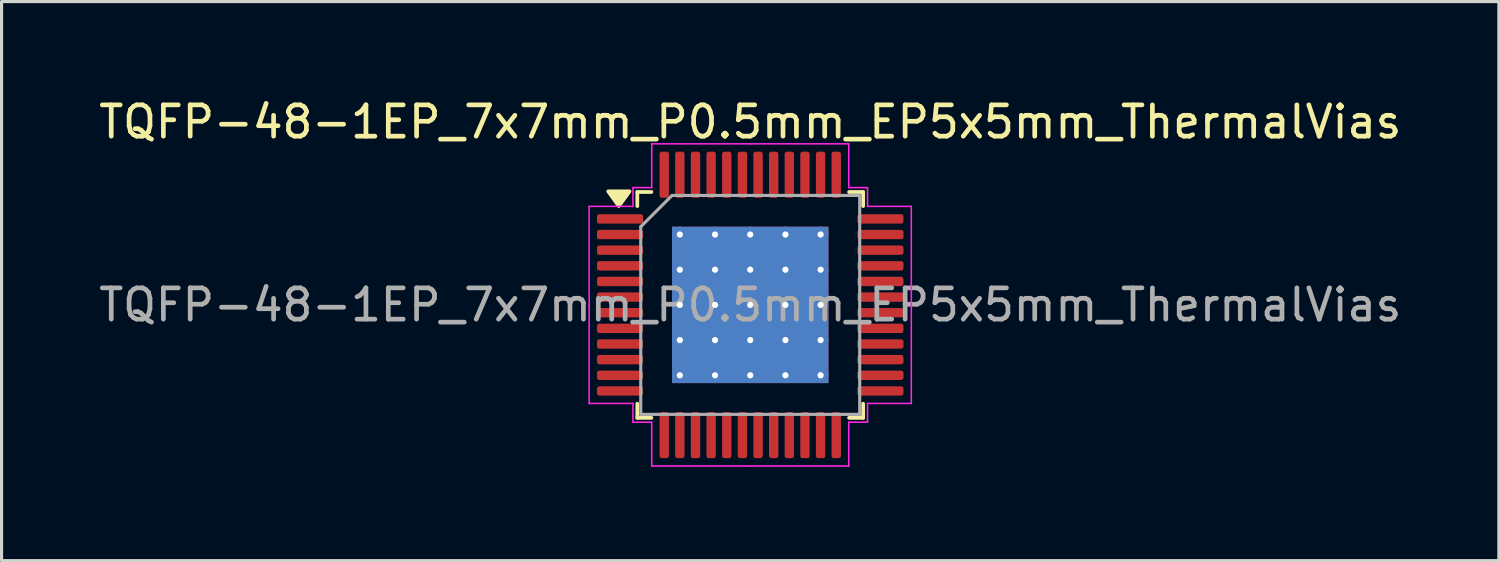
<source format=kicad_pcb>
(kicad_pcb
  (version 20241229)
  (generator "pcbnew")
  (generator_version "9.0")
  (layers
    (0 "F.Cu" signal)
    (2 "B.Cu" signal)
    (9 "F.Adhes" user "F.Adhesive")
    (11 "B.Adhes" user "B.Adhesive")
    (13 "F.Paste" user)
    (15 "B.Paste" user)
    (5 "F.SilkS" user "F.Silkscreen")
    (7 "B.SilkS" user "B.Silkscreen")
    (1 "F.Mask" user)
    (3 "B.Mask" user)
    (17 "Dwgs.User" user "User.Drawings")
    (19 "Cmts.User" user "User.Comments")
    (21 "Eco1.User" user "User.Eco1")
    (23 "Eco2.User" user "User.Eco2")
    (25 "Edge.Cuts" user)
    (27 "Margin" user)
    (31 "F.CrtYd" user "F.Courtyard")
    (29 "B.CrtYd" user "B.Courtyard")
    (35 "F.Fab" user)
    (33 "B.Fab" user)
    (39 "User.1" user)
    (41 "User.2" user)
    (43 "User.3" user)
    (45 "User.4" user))
  (footprint "TQFP-48-1EP_7x7mm_P0.5mm_EP5x5mm_ThermalVias"
    (layer "F.Cu")
    (at 20.935 6.698)
    (property "Reference" "TQFP-48-1EP_7x7mm_P0.5mm_EP5x5mm_ThermalVias" (at 0 -5.85 0) (layer "F.SilkS") (effects (font (size 1 1) (thickness 0.15))))
    (attr smd)
    (fp_line (start -3.61 -3.61) (end -3.61 -3.16) (stroke (width 0.12) (type solid)) (layer "F.SilkS"))
    (fp_line (start -3.61 3.61) (end -3.61 3.16) (stroke (width 0.12) (type solid)) (layer "F.SilkS"))
    (fp_line (start -3.16 -3.61) (end -3.61 -3.61) (stroke (width 0.12) (type solid)) (layer "F.SilkS"))
    (fp_line (start -3.16 3.61) (end -3.61 3.61) (stroke (width 0.12) (type solid)) (layer "F.SilkS"))
    (fp_line (start 3.16 -3.61) (end 3.61 -3.61) (stroke (width 0.12) (type solid)) (layer "F.SilkS"))
    (fp_line (start 3.16 3.61) (end 3.61 3.61) (stroke (width 0.12) (type solid)) (layer "F.SilkS"))
    (fp_line (start 3.61 -3.61) (end 3.61 -3.16) (stroke (width 0.12) (type solid)) (layer "F.SilkS"))
    (fp_line (start 3.61 3.61) (end 3.61 3.16) (stroke (width 0.12) (type solid)) (layer "F.SilkS"))
    (fp_poly (pts (xy -4.2 -3.16) (xy -4.54 -3.63) (xy -3.86 -3.63) (xy -4.2 -3.16)) (stroke (width 0.12) (type solid)) (fill yes) (layer "F.SilkS"))
    (fp_line (start -5.15 -3.15) (end -5.15 0) (stroke (width 0.05) (type solid)) (layer "F.CrtYd"))
    (fp_line (start -5.15 3.15) (end -5.15 0) (stroke (width 0.05) (type solid)) (layer "F.CrtYd"))
    (fp_line (start -3.75 -3.75) (end -3.75 -3.15) (stroke (width 0.05) (type solid)) (layer "F.CrtYd"))
    (fp_line (start -3.75 -3.15) (end -5.15 -3.15) (stroke (width 0.05) (type solid)) (layer "F.CrtYd"))
    (fp_line (start -3.75 3.15) (end -5.15 3.15) (stroke (width 0.05) (type solid)) (layer "F.CrtYd"))
    (fp_line (start -3.75 3.75) (end -3.75 3.15) (stroke (width 0.05) (type solid)) (layer "F.CrtYd"))
    (fp_line (start -3.15 -5.15) (end -3.15 -3.75) (stroke (width 0.05) (type solid)) (layer "F.CrtYd"))
    (fp_line (start -3.15 -3.75) (end -3.75 -3.75) (stroke (width 0.05) (type solid)) (layer "F.CrtYd"))
    (fp_line (start -3.15 3.75) (end -3.75 3.75) (stroke (width 0.05) (type solid)) (layer "F.CrtYd"))
    (fp_line (start -3.15 5.15) (end -3.15 3.75) (stroke (width 0.05) (type solid)) (layer "F.CrtYd"))
    (fp_line (start 0 -5.15) (end -3.15 -5.15) (stroke (width 0.05) (type solid)) (layer "F.CrtYd"))
    (fp_line (start 0 -5.15) (end 3.15 -5.15) (stroke (width 0.05) (type solid)) (layer "F.CrtYd"))
    (fp_line (start 0 5.15) (end -3.15 5.15) (stroke (width 0.05) (type solid)) (layer "F.CrtYd"))
    (fp_line (start 0 5.15) (end 3.15 5.15) (stroke (width 0.05) (type solid)) (layer "F.CrtYd"))
    (fp_line (start 3.15 -5.15) (end 3.15 -3.75) (stroke (width 0.05) (type solid)) (layer "F.CrtYd"))
    (fp_line (start 3.15 -3.75) (end 3.75 -3.75) (stroke (width 0.05) (type solid)) (layer "F.CrtYd"))
    (fp_line (start 3.15 3.75) (end 3.75 3.75) (stroke (width 0.05) (type solid)) (layer "F.CrtYd"))
    (fp_line (start 3.15 5.15) (end 3.15 3.75) (stroke (width 0.05) (type solid)) (layer "F.CrtYd"))
    (fp_line (start 3.75 -3.75) (end 3.75 -3.15) (stroke (width 0.05) (type solid)) (layer "F.CrtYd"))
    (fp_line (start 3.75 -3.15) (end 5.15 -3.15) (stroke (width 0.05) (type solid)) (layer "F.CrtYd"))
    (fp_line (start 3.75 3.15) (end 5.15 3.15) (stroke (width 0.05) (type solid)) (layer "F.CrtYd"))
    (fp_line (start 3.75 3.75) (end 3.75 3.15) (stroke (width 0.05) (type solid)) (layer "F.CrtYd"))
    (fp_line (start 5.15 -3.15) (end 5.15 0) (stroke (width 0.05) (type solid)) (layer "F.CrtYd"))
    (fp_line (start 5.15 3.15) (end 5.15 0) (stroke (width 0.05) (type solid)) (layer "F.CrtYd"))
    (fp_line (start -3.5 -2.5) (end -2.5 -3.5) (stroke (width 0.1) (type solid)) (layer "F.Fab"))
    (fp_line (start -3.5 3.5) (end -3.5 -2.5) (stroke (width 0.1) (type solid)) (layer "F.Fab"))
    (fp_line (start -2.5 -3.5) (end 3.5 -3.5) (stroke (width 0.1) (type solid)) (layer "F.Fab"))
    (fp_line (start 3.5 -3.5) (end 3.5 3.5) (stroke (width 0.1) (type solid)) (layer "F.Fab"))
    (fp_line (start 3.5 3.5) (end -3.5 3.5) (stroke (width 0.1) (type solid)) (layer "F.Fab"))
    (fp_text user "${REFERENCE}" (at 0 0 0) (layer "F.Fab") (effects (font (size 1 1) (thickness 0.15))))
    (pad "" smd custom (at -1.688 -1.688) (size 0.891 0.891) (layers "F.Paste") (options (anchor circle)) (primitives (gr_poly (pts (xy -0.387 -0.29) (xy -0.29 -0.387) (xy 0.29 -0.387) (xy 0.387 -0.29) (xy 0.387 0.29) (xy 0.29 0.387) (xy -0.29 0.387) (xy -0.387 0.29)) (width 0.234) (fill yes))))
    (pad "" smd custom (at -1.688 -0.562) (size 0.891 0.891) (layers "F.Paste") (options (anchor circle)) (primitives (gr_poly (pts (xy -0.387 -0.29) (xy -0.29 -0.387) (xy 0.29 -0.387) (xy 0.387 -0.29) (xy 0.387 0.29) (xy 0.29 0.387) (xy -0.29 0.387) (xy -0.387 0.29)) (width 0.234) (fill yes))))
    (pad "" smd custom (at -1.688 0.562) (size 0.891 0.891) (layers "F.Paste") (options (anchor circle)) (primitives (gr_poly (pts (xy -0.387 -0.29) (xy -0.29 -0.387) (xy 0.29 -0.387) (xy 0.387 -0.29) (xy 0.387 0.29) (xy 0.29 0.387) (xy -0.29 0.387) (xy -0.387 0.29)) (width 0.234) (fill yes))))
    (pad "" smd custom (at -1.688 1.688) (size 0.891 0.891) (layers "F.Paste") (options (anchor circle)) (primitives (gr_poly (pts (xy -0.387 -0.29) (xy -0.29 -0.387) (xy 0.29 -0.387) (xy 0.387 -0.29) (xy 0.387 0.29) (xy 0.29 0.387) (xy -0.29 0.387) (xy -0.387 0.29)) (width 0.234) (fill yes))))
    (pad "" smd custom (at -0.562 -1.688) (size 0.891 0.891) (layers "F.Paste") (options (anchor circle)) (primitives (gr_poly (pts (xy -0.387 -0.29) (xy -0.29 -0.387) (xy 0.29 -0.387) (xy 0.387 -0.29) (xy 0.387 0.29) (xy 0.29 0.387) (xy -0.29 0.387) (xy -0.387 0.29)) (width 0.234) (fill yes))))
    (pad "" smd custom (at -0.562 -0.562) (size 0.891 0.891) (layers "F.Paste") (options (anchor circle)) (primitives (gr_poly (pts (xy -0.387 -0.29) (xy -0.29 -0.387) (xy 0.29 -0.387) (xy 0.387 -0.29) (xy 0.387 0.29) (xy 0.29 0.387) (xy -0.29 0.387) (xy -0.387 0.29)) (width 0.234) (fill yes))))
    (pad "" smd custom (at -0.562 0.562) (size 0.891 0.891) (layers "F.Paste") (options (anchor circle)) (primitives (gr_poly (pts (xy -0.387 -0.29) (xy -0.29 -0.387) (xy 0.29 -0.387) (xy 0.387 -0.29) (xy 0.387 0.29) (xy 0.29 0.387) (xy -0.29 0.387) (xy -0.387 0.29)) (width 0.234) (fill yes))))
    (pad "" smd custom (at -0.562 1.688) (size 0.891 0.891) (layers "F.Paste") (options (anchor circle)) (primitives (gr_poly (pts (xy -0.387 -0.29) (xy -0.29 -0.387) (xy 0.29 -0.387) (xy 0.387 -0.29) (xy 0.387 0.29) (xy 0.29 0.387) (xy -0.29 0.387) (xy -0.387 0.29)) (width 0.234) (fill yes))))
    (pad "" smd custom (at 0.562 -1.688) (size 0.891 0.891) (layers "F.Paste") (options (anchor circle)) (primitives (gr_poly (pts (xy -0.387 -0.29) (xy -0.29 -0.387) (xy 0.29 -0.387) (xy 0.387 -0.29) (xy 0.387 0.29) (xy 0.29 0.387) (xy -0.29 0.387) (xy -0.387 0.29)) (width 0.234) (fill yes))))
    (pad "" smd custom (at 0.562 -0.562) (size 0.891 0.891) (layers "F.Paste") (options (anchor circle)) (primitives (gr_poly (pts (xy -0.387 -0.29) (xy -0.29 -0.387) (xy 0.29 -0.387) (xy 0.387 -0.29) (xy 0.387 0.29) (xy 0.29 0.387) (xy -0.29 0.387) (xy -0.387 0.29)) (width 0.234) (fill yes))))
    (pad "" smd custom (at 0.562 0.562) (size 0.891 0.891) (layers "F.Paste") (options (anchor circle)) (primitives (gr_poly (pts (xy -0.387 -0.29) (xy -0.29 -0.387) (xy 0.29 -0.387) (xy 0.387 -0.29) (xy 0.387 0.29) (xy 0.29 0.387) (xy -0.29 0.387) (xy -0.387 0.29)) (width 0.234) (fill yes))))
    (pad "" smd custom (at 0.562 1.688) (size 0.891 0.891) (layers "F.Paste") (options (anchor circle)) (primitives (gr_poly (pts (xy -0.387 -0.29) (xy -0.29 -0.387) (xy 0.29 -0.387) (xy 0.387 -0.29) (xy 0.387 0.29) (xy 0.29 0.387) (xy -0.29 0.387) (xy -0.387 0.29)) (width 0.234) (fill yes))))
    (pad "" smd custom (at 1.688 -1.688) (size 0.891 0.891) (layers "F.Paste") (options (anchor circle)) (primitives (gr_poly (pts (xy -0.387 -0.29) (xy -0.29 -0.387) (xy 0.29 -0.387) (xy 0.387 -0.29) (xy 0.387 0.29) (xy 0.29 0.387) (xy -0.29 0.387) (xy -0.387 0.29)) (width 0.234) (fill yes))))
    (pad "" smd custom (at 1.688 -0.562) (size 0.891 0.891) (layers "F.Paste") (options (anchor circle)) (primitives (gr_poly (pts (xy -0.387 -0.29) (xy -0.29 -0.387) (xy 0.29 -0.387) (xy 0.387 -0.29) (xy 0.387 0.29) (xy 0.29 0.387) (xy -0.29 0.387) (xy -0.387 0.29)) (width 0.234) (fill yes))))
    (pad "" smd custom (at 1.688 0.562) (size 0.891 0.891) (layers "F.Paste") (options (anchor circle)) (primitives (gr_poly (pts (xy -0.387 -0.29) (xy -0.29 -0.387) (xy 0.29 -0.387) (xy 0.387 -0.29) (xy 0.387 0.29) (xy 0.29 0.387) (xy -0.29 0.387) (xy -0.387 0.29)) (width 0.234) (fill yes))))
    (pad "" smd custom (at 1.688 1.688) (size 0.891 0.891) (layers "F.Paste") (options (anchor circle)) (primitives (gr_poly (pts (xy -0.387 -0.29) (xy -0.29 -0.387) (xy 0.29 -0.387) (xy 0.387 -0.29) (xy 0.387 0.29) (xy 0.29 0.387) (xy -0.29 0.387) (xy -0.387 0.29)) (width 0.234) (fill yes))))
    (pad "1" smd roundrect (at -4.162 -2.75) (size 1.475 0.3) (layers "F.Cu" "F.Mask" "F.Paste") (roundrect_rratio 0.25))
    (pad "2" smd roundrect (at -4.162 -2.25) (size 1.475 0.3) (layers "F.Cu" "F.Mask" "F.Paste") (roundrect_rratio 0.25))
    (pad "3" smd roundrect (at -4.162 -1.75) (size 1.475 0.3) (layers "F.Cu" "F.Mask" "F.Paste") (roundrect_rratio 0.25))
    (pad "4" smd roundrect (at -4.162 -1.25) (size 1.475 0.3) (layers "F.Cu" "F.Mask" "F.Paste") (roundrect_rratio 0.25))
    (pad "5" smd roundrect (at -4.162 -0.75) (size 1.475 0.3) (layers "F.Cu" "F.Mask" "F.Paste") (roundrect_rratio 0.25))
    (pad "6" smd roundrect (at -4.162 -0.25) (size 1.475 0.3) (layers "F.Cu" "F.Mask" "F.Paste") (roundrect_rratio 0.25))
    (pad "7" smd roundrect (at -4.162 0.25) (size 1.475 0.3) (layers "F.Cu" "F.Mask" "F.Paste") (roundrect_rratio 0.25))
    (pad "8" smd roundrect (at -4.162 0.75) (size 1.475 0.3) (layers "F.Cu" "F.Mask" "F.Paste") (roundrect_rratio 0.25))
    (pad "9" smd roundrect (at -4.162 1.25) (size 1.475 0.3) (layers "F.Cu" "F.Mask" "F.Paste") (roundrect_rratio 0.25))
    (pad "10" smd roundrect (at -4.162 1.75) (size 1.475 0.3) (layers "F.Cu" "F.Mask" "F.Paste") (roundrect_rratio 0.25))
    (pad "11" smd roundrect (at -4.162 2.25) (size 1.475 0.3) (layers "F.Cu" "F.Mask" "F.Paste") (roundrect_rratio 0.25))
    (pad "12" smd roundrect (at -4.162 2.75) (size 1.475 0.3) (layers "F.Cu" "F.Mask" "F.Paste") (roundrect_rratio 0.25))
    (pad "13" smd roundrect (at -2.75 4.162) (size 0.3 1.475) (layers "F.Cu" "F.Mask" "F.Paste") (roundrect_rratio 0.25))
    (pad "14" smd roundrect (at -2.25 4.162) (size 0.3 1.475) (layers "F.Cu" "F.Mask" "F.Paste") (roundrect_rratio 0.25))
    (pad "15" smd roundrect (at -1.75 4.162) (size 0.3 1.475) (layers "F.Cu" "F.Mask" "F.Paste") (roundrect_rratio 0.25))
    (pad "16" smd roundrect (at -1.25 4.162) (size 0.3 1.475) (layers "F.Cu" "F.Mask" "F.Paste") (roundrect_rratio 0.25))
    (pad "17" smd roundrect (at -0.75 4.162) (size 0.3 1.475) (layers "F.Cu" "F.Mask" "F.Paste") (roundrect_rratio 0.25))
    (pad "18" smd roundrect (at -0.25 4.162) (size 0.3 1.475) (layers "F.Cu" "F.Mask" "F.Paste") (roundrect_rratio 0.25))
    (pad "19" smd roundrect (at 0.25 4.162) (size 0.3 1.475) (layers "F.Cu" "F.Mask" "F.Paste") (roundrect_rratio 0.25))
    (pad "20" smd roundrect (at 0.75 4.162) (size 0.3 1.475) (layers "F.Cu" "F.Mask" "F.Paste") (roundrect_rratio 0.25))
    (pad "21" smd roundrect (at 1.25 4.162) (size 0.3 1.475) (layers "F.Cu" "F.Mask" "F.Paste") (roundrect_rratio 0.25))
    (pad "22" smd roundrect (at 1.75 4.162) (size 0.3 1.475) (layers "F.Cu" "F.Mask" "F.Paste") (roundrect_rratio 0.25))
    (pad "23" smd roundrect (at 2.25 4.162) (size 0.3 1.475) (layers "F.Cu" "F.Mask" "F.Paste") (roundrect_rratio 0.25))
    (pad "24" smd roundrect (at 2.75 4.162) (size 0.3 1.475) (layers "F.Cu" "F.Mask" "F.Paste") (roundrect_rratio 0.25))
    (pad "25" smd roundrect (at 4.162 2.75) (size 1.475 0.3) (layers "F.Cu" "F.Mask" "F.Paste") (roundrect_rratio 0.25))
    (pad "26" smd roundrect (at 4.162 2.25) (size 1.475 0.3) (layers "F.Cu" "F.Mask" "F.Paste") (roundrect_rratio 0.25))
    (pad "27" smd roundrect (at 4.162 1.75) (size 1.475 0.3) (layers "F.Cu" "F.Mask" "F.Paste") (roundrect_rratio 0.25))
    (pad "28" smd roundrect (at 4.162 1.25) (size 1.475 0.3) (layers "F.Cu" "F.Mask" "F.Paste") (roundrect_rratio 0.25))
    (pad "29" smd roundrect (at 4.162 0.75) (size 1.475 0.3) (layers "F.Cu" "F.Mask" "F.Paste") (roundrect_rratio 0.25))
    (pad "30" smd roundrect (at 4.162 0.25) (size 1.475 0.3) (layers "F.Cu" "F.Mask" "F.Paste") (roundrect_rratio 0.25))
    (pad "31" smd roundrect (at 4.162 -0.25) (size 1.475 0.3) (layers "F.Cu" "F.Mask" "F.Paste") (roundrect_rratio 0.25))
    (pad "32" smd roundrect (at 4.162 -0.75) (size 1.475 0.3) (layers "F.Cu" "F.Mask" "F.Paste") (roundrect_rratio 0.25))
    (pad "33" smd roundrect (at 4.162 -1.25) (size 1.475 0.3) (layers "F.Cu" "F.Mask" "F.Paste") (roundrect_rratio 0.25))
    (pad "34" smd roundrect (at 4.162 -1.75) (size 1.475 0.3) (layers "F.Cu" "F.Mask" "F.Paste") (roundrect_rratio 0.25))
    (pad "35" smd roundrect (at 4.162 -2.25) (size 1.475 0.3) (layers "F.Cu" "F.Mask" "F.Paste") (roundrect_rratio 0.25))
    (pad "36" smd roundrect (at 4.162 -2.75) (size 1.475 0.3) (layers "F.Cu" "F.Mask" "F.Paste") (roundrect_rratio 0.25))
    (pad "37" smd roundrect (at 2.75 -4.162) (size 0.3 1.475) (layers "F.Cu" "F.Mask" "F.Paste") (roundrect_rratio 0.25))
    (pad "38" smd roundrect (at 2.25 -4.162) (size 0.3 1.475) (layers "F.Cu" "F.Mask" "F.Paste") (roundrect_rratio 0.25))
    (pad "39" smd roundrect (at 1.75 -4.162) (size 0.3 1.475) (layers "F.Cu" "F.Mask" "F.Paste") (roundrect_rratio 0.25))
    (pad "40" smd roundrect (at 1.25 -4.162) (size 0.3 1.475) (layers "F.Cu" "F.Mask" "F.Paste") (roundrect_rratio 0.25))
    (pad "41" smd roundrect (at 0.75 -4.162) (size 0.3 1.475) (layers "F.Cu" "F.Mask" "F.Paste") (roundrect_rratio 0.25))
    (pad "42" smd roundrect (at 0.25 -4.162) (size 0.3 1.475) (layers "F.Cu" "F.Mask" "F.Paste") (roundrect_rratio 0.25))
    (pad "43" smd roundrect (at -0.25 -4.162) (size 0.3 1.475) (layers "F.Cu" "F.Mask" "F.Paste") (roundrect_rratio 0.25))
    (pad "44" smd roundrect (at -0.75 -4.162) (size 0.3 1.475) (layers "F.Cu" "F.Mask" "F.Paste") (roundrect_rratio 0.25))
    (pad "45" smd roundrect (at -1.25 -4.162) (size 0.3 1.475) (layers "F.Cu" "F.Mask" "F.Paste") (roundrect_rratio 0.25))
    (pad "46" smd roundrect (at -1.75 -4.162) (size 0.3 1.475) (layers "F.Cu" "F.Mask" "F.Paste") (roundrect_rratio 0.25))
    (pad "47" smd roundrect (at -2.25 -4.162) (size 0.3 1.475) (layers "F.Cu" "F.Mask" "F.Paste") (roundrect_rratio 0.25))
    (pad "48" smd roundrect (at -2.75 -4.162) (size 0.3 1.475) (layers "F.Cu" "F.Mask" "F.Paste") (roundrect_rratio 0.25))
    (pad "49" thru_hole circle (at -2.25 -2.25) (size 0.5 0.5) (drill 0.2) (property pad_prop_heatsink) (layers "*.Cu"))
    (pad "49" thru_hole circle (at -2.25 -1.125) (size 0.5 0.5) (drill 0.2) (property pad_prop_heatsink) (layers "*.Cu"))
    (pad "49" thru_hole circle (at -2.25 0) (size 0.5 0.5) (drill 0.2) (property pad_prop_heatsink) (layers "*.Cu"))
    (pad "49" thru_hole circle (at -2.25 1.125) (size 0.5 0.5) (drill 0.2) (property pad_prop_heatsink) (layers "*.Cu"))
    (pad "49" thru_hole circle (at -2.25 2.25) (size 0.5 0.5) (drill 0.2) (property pad_prop_heatsink) (layers "*.Cu"))
    (pad "49" thru_hole circle (at -1.125 -2.25) (size 0.5 0.5) (drill 0.2) (property pad_prop_heatsink) (layers "*.Cu"))
    (pad "49" thru_hole circle (at -1.125 -1.125) (size 0.5 0.5) (drill 0.2) (property pad_prop_heatsink) (layers "*.Cu"))
    (pad "49" thru_hole circle (at -1.125 0) (size 0.5 0.5) (drill 0.2) (property pad_prop_heatsink) (layers "*.Cu"))
    (pad "49" thru_hole circle (at -1.125 1.125) (size 0.5 0.5) (drill 0.2) (property pad_prop_heatsink) (layers "*.Cu"))
    (pad "49" thru_hole circle (at -1.125 2.25) (size 0.5 0.5) (drill 0.2) (property pad_prop_heatsink) (layers "*.Cu"))
    (pad "49" thru_hole circle (at 0 -2.25) (size 0.5 0.5) (drill 0.2) (property pad_prop_heatsink) (layers "*.Cu"))
    (pad "49" thru_hole circle (at 0 -1.125) (size 0.5 0.5) (drill 0.2) (property pad_prop_heatsink) (layers "*.Cu"))
    (pad "49" thru_hole circle (at 0 0) (size 0.5 0.5) (drill 0.2) (property pad_prop_heatsink) (layers "*.Cu"))
    (pad "49" smd rect (at 0 0) (size 5 5) (property pad_prop_heatsink) (layers "F.Cu" "F.Mask"))
    (pad "49" smd rect (at 0 0) (size 5 5) (property pad_prop_heatsink) (layers "B.Cu"))
    (pad "49" thru_hole circle (at 0 1.125) (size 0.5 0.5) (drill 0.2) (property pad_prop_heatsink) (layers "*.Cu"))
    (pad "49" thru_hole circle (at 0 2.25) (size 0.5 0.5) (drill 0.2) (property pad_prop_heatsink) (layers "*.Cu"))
    (pad "49" thru_hole circle (at 1.125 -2.25) (size 0.5 0.5) (drill 0.2) (property pad_prop_heatsink) (layers "*.Cu"))
    (pad "49" thru_hole circle (at 1.125 -1.125) (size 0.5 0.5) (drill 0.2) (property pad_prop_heatsink) (layers "*.Cu"))
    (pad "49" thru_hole circle (at 1.125 0) (size 0.5 0.5) (drill 0.2) (property pad_prop_heatsink) (layers "*.Cu"))
    (pad "49" thru_hole circle (at 1.125 1.125) (size 0.5 0.5) (drill 0.2) (property pad_prop_heatsink) (layers "*.Cu"))
    (pad "49" thru_hole circle (at 1.125 2.25) (size 0.5 0.5) (drill 0.2) (property pad_prop_heatsink) (layers "*.Cu"))
    (pad "49" thru_hole circle (at 2.25 -2.25) (size 0.5 0.5) (drill 0.2) (property pad_prop_heatsink) (layers "*.Cu"))
    (pad "49" thru_hole circle (at 2.25 -1.125) (size 0.5 0.5) (drill 0.2) (property pad_prop_heatsink) (layers "*.Cu"))
    (pad "49" thru_hole circle (at 2.25 0) (size 0.5 0.5) (drill 0.2) (property pad_prop_heatsink) (layers "*.Cu"))
    (pad "49" thru_hole circle (at 2.25 1.125) (size 0.5 0.5) (drill 0.2) (property pad_prop_heatsink) (layers "*.Cu"))
    (pad "49" thru_hole circle (at 2.25 2.25) (size 0.5 0.5) (drill 0.2) (property pad_prop_heatsink) (layers "*.Cu")))
  (gr_rect
    (start -3 -3)
    (end 44.869 14.873)
    (stroke (width 0.1) (type default))
    (fill no)
    (layer "Edge.Cuts")))
</source>
